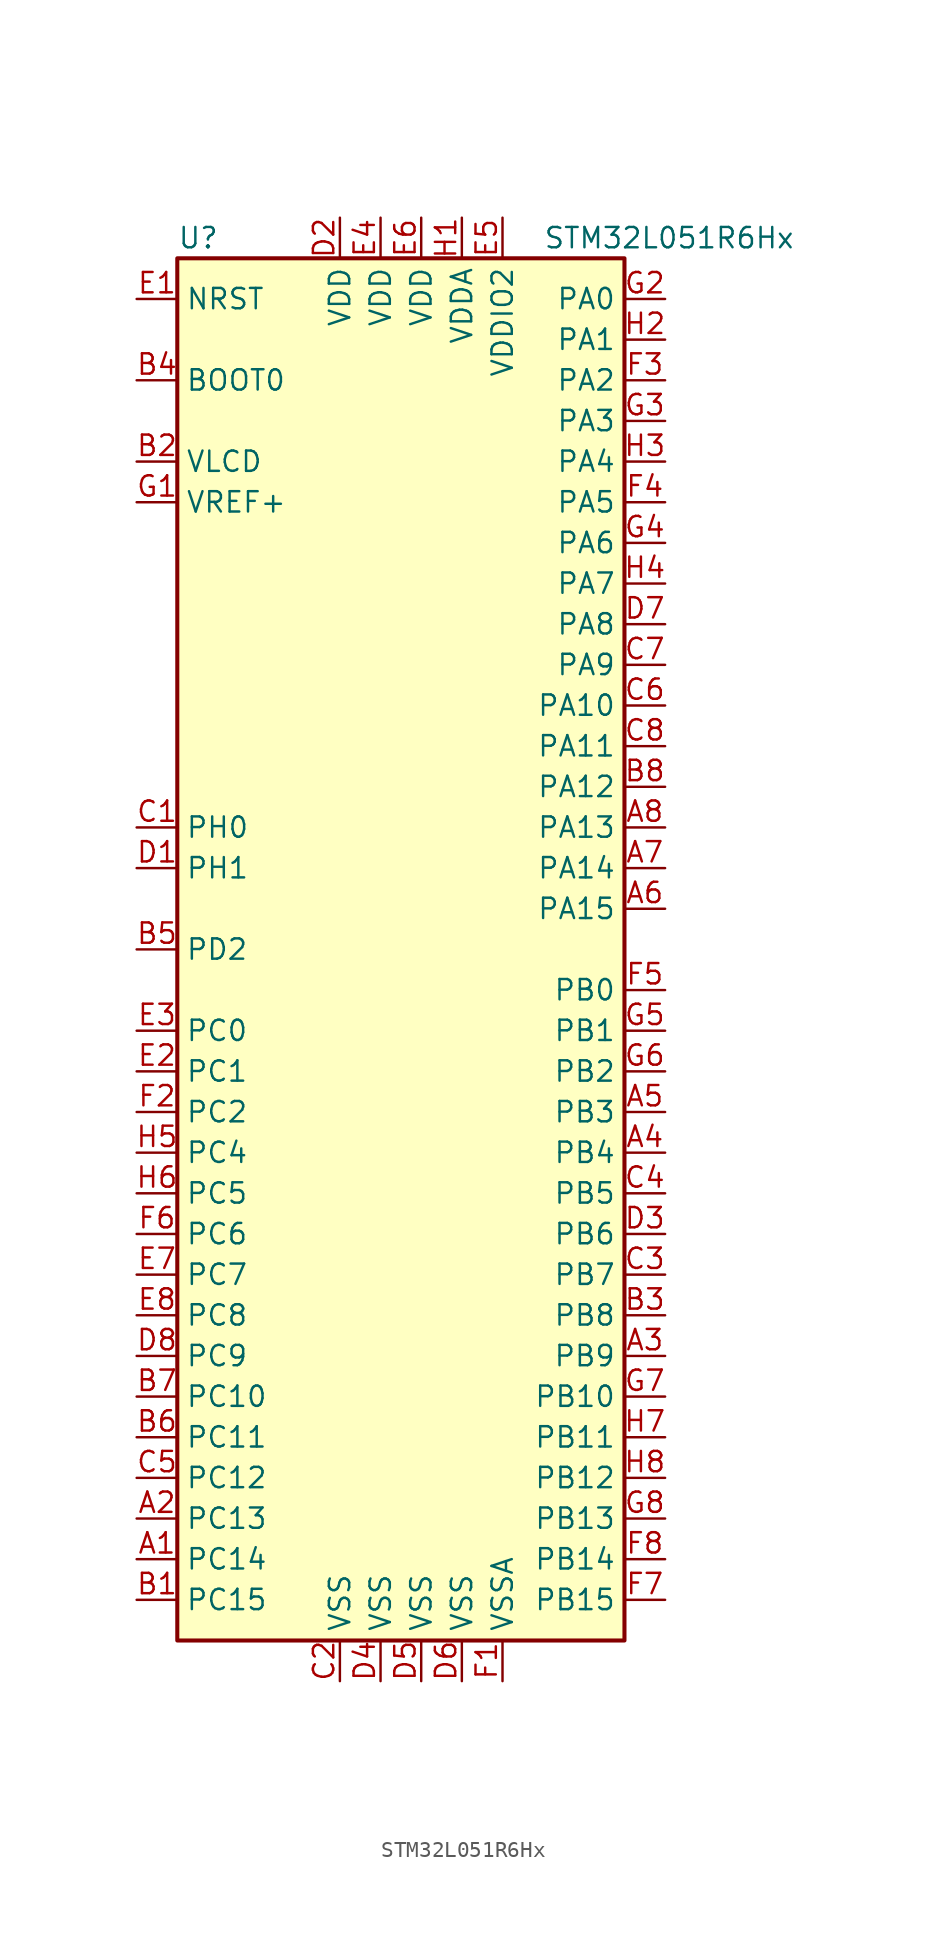
<source format=kicad_sym>
(kicad_symbol_lib
  (version 20211014)
  (generator kicad_symbol_editor)
  (symbol "STM32L051R6Hx"
    (property "Reference" "U"
      (at -15.24 44.45 0)
      (effects (font (size 1.27 1.27)) (justify left)))
    (property "Value" "STM32L051R6Hx"
      (at 7.62 44.45 0)
      (effects (font (size 1.27 1.27)) (justify left)))
    (symbol "STM32L051R6Hx_0_1"
      (rectangle (start -15.24 -43.18) (end 12.7 43.18) (stroke (width 0.254) (type default) (color 0 0 0 0)) (fill (type background))))
    (symbol "STM32L051R6Hx_1_1"
      (pin bidirectional line (at -17.78 -38.1 0) (length 2.54) (name "PC14" (effects (font (size 1.27 1.27)))) (number "A1" (effects (font (size 1.27 1.27)))))
      (pin bidirectional line (at -17.78 -35.56 0) (length 2.54) (name "PC13" (effects (font (size 1.27 1.27)))) (number "A2" (effects (font (size 1.27 1.27)))))
      (pin bidirectional line (at 15.24 -25.4 180) (length 2.54) (name "PB9" (effects (font (size 1.27 1.27)))) (number "A3" (effects (font (size 1.27 1.27)))))
      (pin bidirectional line (at 15.24 -12.7 180) (length 2.54) (name "PB4" (effects (font (size 1.27 1.27)))) (number "A4" (effects (font (size 1.27 1.27)))))
      (pin bidirectional line (at 15.24 -10.16 180) (length 2.54) (name "PB3" (effects (font (size 1.27 1.27)))) (number "A5" (effects (font (size 1.27 1.27)))))
      (pin bidirectional line (at 15.24 2.54 180) (length 2.54) (name "PA15" (effects (font (size 1.27 1.27)))) (number "A6" (effects (font (size 1.27 1.27)))))
      (pin bidirectional line (at 15.24 5.08 180) (length 2.54) (name "PA14" (effects (font (size 1.27 1.27)))) (number "A7" (effects (font (size 1.27 1.27)))))
      (pin bidirectional line (at 15.24 7.62 180) (length 2.54) (name "PA13" (effects (font (size 1.27 1.27)))) (number "A8" (effects (font (size 1.27 1.27)))))
      (pin bidirectional line (at -17.78 -40.64 0) (length 2.54) (name "PC15" (effects (font (size 1.27 1.27)))) (number "B1" (effects (font (size 1.27 1.27)))))
      (pin power_in line (at -17.78 30.48 0) (length 2.54) (name "VLCD" (effects (font (size 1.27 1.27)))) (number "B2" (effects (font (size 1.27 1.27)))))
      (pin bidirectional line (at 15.24 -22.86 180) (length 2.54) (name "PB8" (effects (font (size 1.27 1.27)))) (number "B3" (effects (font (size 1.27 1.27)))))
      (pin input line (at -17.78 35.56 0) (length 2.54) (name "BOOT0" (effects (font (size 1.27 1.27)))) (number "B4" (effects (font (size 1.27 1.27)))))
      (pin bidirectional line (at -17.78 0 0) (length 2.54) (name "PD2" (effects (font (size 1.27 1.27)))) (number "B5" (effects (font (size 1.27 1.27)))))
      (pin bidirectional line (at -17.78 -30.48 0) (length 2.54) (name "PC11" (effects (font (size 1.27 1.27)))) (number "B6" (effects (font (size 1.27 1.27)))))
      (pin bidirectional line (at -17.78 -27.94 0) (length 2.54) (name "PC10" (effects (font (size 1.27 1.27)))) (number "B7" (effects (font (size 1.27 1.27)))))
      (pin bidirectional line (at 15.24 10.16 180) (length 2.54) (name "PA12" (effects (font (size 1.27 1.27)))) (number "B8" (effects (font (size 1.27 1.27)))))
      (pin input line (at -17.78 7.62 0) (length 2.54) (name "PH0" (effects (font (size 1.27 1.27)))) (number "C1" (effects (font (size 1.27 1.27)))))
      (pin power_in line (at -5.08 -45.72 90) (length 2.54) (name "VSS" (effects (font (size 1.27 1.27)))) (number "C2" (effects (font (size 1.27 1.27)))))
      (pin bidirectional line (at 15.24 -20.32 180) (length 2.54) (name "PB7" (effects (font (size 1.27 1.27)))) (number "C3" (effects (font (size 1.27 1.27)))))
      (pin bidirectional line (at 15.24 -15.24 180) (length 2.54) (name "PB5" (effects (font (size 1.27 1.27)))) (number "C4" (effects (font (size 1.27 1.27)))))
      (pin bidirectional line (at -17.78 -33.02 0) (length 2.54) (name "PC12" (effects (font (size 1.27 1.27)))) (number "C5" (effects (font (size 1.27 1.27)))))
      (pin bidirectional line (at 15.24 15.24 180) (length 2.54) (name "PA10" (effects (font (size 1.27 1.27)))) (number "C6" (effects (font (size 1.27 1.27)))))
      (pin bidirectional line (at 15.24 17.78 180) (length 2.54) (name "PA9" (effects (font (size 1.27 1.27)))) (number "C7" (effects (font (size 1.27 1.27)))))
      (pin bidirectional line (at 15.24 12.7 180) (length 2.54) (name "PA11" (effects (font (size 1.27 1.27)))) (number "C8" (effects (font (size 1.27 1.27)))))
      (pin input line (at -17.78 5.08 0) (length 2.54) (name "PH1" (effects (font (size 1.27 1.27)))) (number "D1" (effects (font (size 1.27 1.27)))))
      (pin power_in line (at -5.08 45.72 270) (length 2.54) (name "VDD" (effects (font (size 1.27 1.27)))) (number "D2" (effects (font (size 1.27 1.27)))))
      (pin bidirectional line (at 15.24 -17.78 180) (length 2.54) (name "PB6" (effects (font (size 1.27 1.27)))) (number "D3" (effects (font (size 1.27 1.27)))))
      (pin power_in line (at -2.54 -45.72 90) (length 2.54) (name "VSS" (effects (font (size 1.27 1.27)))) (number "D4" (effects (font (size 1.27 1.27)))))
      (pin power_in line (at 0 -45.72 90) (length 2.54) (name "VSS" (effects (font (size 1.27 1.27)))) (number "D5" (effects (font (size 1.27 1.27)))))
      (pin power_in line (at 2.54 -45.72 90) (length 2.54) (name "VSS" (effects (font (size 1.27 1.27)))) (number "D6" (effects (font (size 1.27 1.27)))))
      (pin bidirectional line (at 15.24 20.32 180) (length 2.54) (name "PA8" (effects (font (size 1.27 1.27)))) (number "D7" (effects (font (size 1.27 1.27)))))
      (pin bidirectional line (at -17.78 -25.4 0) (length 2.54) (name "PC9" (effects (font (size 1.27 1.27)))) (number "D8" (effects (font (size 1.27 1.27)))))
      (pin input line (at -17.78 40.64 0) (length 2.54) (name "NRST" (effects (font (size 1.27 1.27)))) (number "E1" (effects (font (size 1.27 1.27)))))
      (pin bidirectional line (at -17.78 -7.62 0) (length 2.54) (name "PC1" (effects (font (size 1.27 1.27)))) (number "E2" (effects (font (size 1.27 1.27)))))
      (pin bidirectional line (at -17.78 -5.08 0) (length 2.54) (name "PC0" (effects (font (size 1.27 1.27)))) (number "E3" (effects (font (size 1.27 1.27)))))
      (pin power_in line (at -2.54 45.72 270) (length 2.54) (name "VDD" (effects (font (size 1.27 1.27)))) (number "E4" (effects (font (size 1.27 1.27)))))
      (pin power_in line (at 5.08 45.72 270) (length 2.54) (name "VDDIO2" (effects (font (size 1.27 1.27)))) (number "E5" (effects (font (size 1.27 1.27)))))
      (pin power_in line (at 0 45.72 270) (length 2.54) (name "VDD" (effects (font (size 1.27 1.27)))) (number "E6" (effects (font (size 1.27 1.27)))))
      (pin bidirectional line (at -17.78 -20.32 0) (length 2.54) (name "PC7" (effects (font (size 1.27 1.27)))) (number "E7" (effects (font (size 1.27 1.27)))))
      (pin bidirectional line (at -17.78 -22.86 0) (length 2.54) (name "PC8" (effects (font (size 1.27 1.27)))) (number "E8" (effects (font (size 1.27 1.27)))))
      (pin power_in line (at 5.08 -45.72 90) (length 2.54) (name "VSSA" (effects (font (size 1.27 1.27)))) (number "F1" (effects (font (size 1.27 1.27)))))
      (pin bidirectional line (at -17.78 -10.16 0) (length 2.54) (name "PC2" (effects (font (size 1.27 1.27)))) (number "F2" (effects (font (size 1.27 1.27)))))
      (pin bidirectional line (at 15.24 35.56 180) (length 2.54) (name "PA2" (effects (font (size 1.27 1.27)))) (number "F3" (effects (font (size 1.27 1.27)))))
      (pin bidirectional line (at 15.24 27.94 180) (length 2.54) (name "PA5" (effects (font (size 1.27 1.27)))) (number "F4" (effects (font (size 1.27 1.27)))))
      (pin bidirectional line (at 15.24 -2.54 180) (length 2.54) (name "PB0" (effects (font (size 1.27 1.27)))) (number "F5" (effects (font (size 1.27 1.27)))))
      (pin bidirectional line (at -17.78 -17.78 0) (length 2.54) (name "PC6" (effects (font (size 1.27 1.27)))) (number "F6" (effects (font (size 1.27 1.27)))))
      (pin bidirectional line (at 15.24 -40.64 180) (length 2.54) (name "PB15" (effects (font (size 1.27 1.27)))) (number "F7" (effects (font (size 1.27 1.27)))))
      (pin bidirectional line (at 15.24 -38.1 180) (length 2.54) (name "PB14" (effects (font (size 1.27 1.27)))) (number "F8" (effects (font (size 1.27 1.27)))))
      (pin power_in line (at -17.78 27.94 0) (length 2.54) (name "VREF+" (effects (font (size 1.27 1.27)))) (number "G1" (effects (font (size 1.27 1.27)))))
      (pin bidirectional line (at 15.24 40.64 180) (length 2.54) (name "PA0" (effects (font (size 1.27 1.27)))) (number "G2" (effects (font (size 1.27 1.27)))))
      (pin bidirectional line (at 15.24 33.02 180) (length 2.54) (name "PA3" (effects (font (size 1.27 1.27)))) (number "G3" (effects (font (size 1.27 1.27)))))
      (pin bidirectional line (at 15.24 25.4 180) (length 2.54) (name "PA6" (effects (font (size 1.27 1.27)))) (number "G4" (effects (font (size 1.27 1.27)))))
      (pin bidirectional line (at 15.24 -5.08 180) (length 2.54) (name "PB1" (effects (font (size 1.27 1.27)))) (number "G5" (effects (font (size 1.27 1.27)))))
      (pin bidirectional line (at 15.24 -7.62 180) (length 2.54) (name "PB2" (effects (font (size 1.27 1.27)))) (number "G6" (effects (font (size 1.27 1.27)))))
      (pin bidirectional line (at 15.24 -27.94 180) (length 2.54) (name "PB10" (effects (font (size 1.27 1.27)))) (number "G7" (effects (font (size 1.27 1.27)))))
      (pin bidirectional line (at 15.24 -35.56 180) (length 2.54) (name "PB13" (effects (font (size 1.27 1.27)))) (number "G8" (effects (font (size 1.27 1.27)))))
      (pin power_in line (at 2.54 45.72 270) (length 2.54) (name "VDDA" (effects (font (size 1.27 1.27)))) (number "H1" (effects (font (size 1.27 1.27)))))
      (pin bidirectional line (at 15.24 38.1 180) (length 2.54) (name "PA1" (effects (font (size 1.27 1.27)))) (number "H2" (effects (font (size 1.27 1.27)))))
      (pin bidirectional line (at 15.24 30.48 180) (length 2.54) (name "PA4" (effects (font (size 1.27 1.27)))) (number "H3" (effects (font (size 1.27 1.27)))))
      (pin bidirectional line (at 15.24 22.86 180) (length 2.54) (name "PA7" (effects (font (size 1.27 1.27)))) (number "H4" (effects (font (size 1.27 1.27)))))
      (pin bidirectional line (at -17.78 -12.7 0) (length 2.54) (name "PC4" (effects (font (size 1.27 1.27)))) (number "H5" (effects (font (size 1.27 1.27)))))
      (pin bidirectional line (at -17.78 -15.24 0) (length 2.54) (name "PC5" (effects (font (size 1.27 1.27)))) (number "H6" (effects (font (size 1.27 1.27)))))
      (pin bidirectional line (at 15.24 -30.48 180) (length 2.54) (name "PB11" (effects (font (size 1.27 1.27)))) (number "H7" (effects (font (size 1.27 1.27)))))
      (pin bidirectional line (at 15.24 -33.02 180) (length 2.54) (name "PB12" (effects (font (size 1.27 1.27)))) (number "H8" (effects (font (size 1.27 1.27))))))))
</source>
